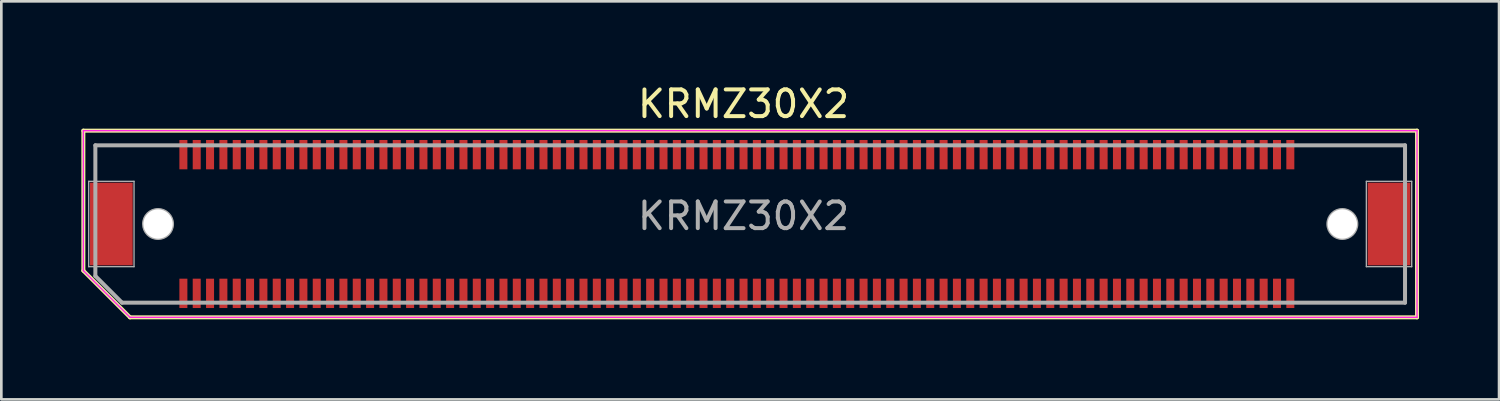
<source format=kicad_pcb>
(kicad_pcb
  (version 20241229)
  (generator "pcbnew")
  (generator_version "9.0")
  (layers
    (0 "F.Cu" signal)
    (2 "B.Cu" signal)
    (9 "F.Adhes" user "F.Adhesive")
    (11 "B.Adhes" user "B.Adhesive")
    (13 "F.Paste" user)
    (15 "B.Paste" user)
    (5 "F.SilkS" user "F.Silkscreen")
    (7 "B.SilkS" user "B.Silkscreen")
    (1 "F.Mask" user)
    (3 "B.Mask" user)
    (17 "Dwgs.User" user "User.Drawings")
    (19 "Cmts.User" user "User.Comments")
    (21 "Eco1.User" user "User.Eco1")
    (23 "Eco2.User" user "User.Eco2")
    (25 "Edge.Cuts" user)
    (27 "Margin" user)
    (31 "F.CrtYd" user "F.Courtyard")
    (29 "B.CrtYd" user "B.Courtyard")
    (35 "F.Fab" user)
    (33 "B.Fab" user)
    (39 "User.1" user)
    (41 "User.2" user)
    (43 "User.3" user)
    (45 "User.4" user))
  (footprint "KRMZ30X2"
    (layer "F.Cu")
    (at 25.075 5.348)
    (property "Reference" "KRMZ30X2" (at -0.25 -4.5 0) (layer "F.SilkS") (effects (font (size 1 1) (thickness 0.15))))
    (attr through_hole)
    (fp_line (start -25 -3.5) (end 25 -3.5) (stroke (width 0.15) (type solid)) (layer "F.SilkS"))
    (fp_line (start -25 1.75) (end -25 -3.5) (stroke (width 0.15) (type solid)) (layer "F.SilkS"))
    (fp_line (start -23.25 3.5) (end -25 1.75) (stroke (width 0.15) (type solid)) (layer "F.SilkS"))
    (fp_line (start 25 -3.5) (end 25 3.5) (stroke (width 0.15) (type solid)) (layer "F.SilkS"))
    (fp_line (start 25 3.5) (end -23.25 3.5) (stroke (width 0.15) (type solid)) (layer "F.SilkS"))
    (fp_line (start -25 -3.5) (end -25 1.75) (stroke (width 0.05) (type solid)) (layer "F.CrtYd"))
    (fp_line (start -25 1.75) (end -23.25 3.5) (stroke (width 0.05) (type solid)) (layer "F.CrtYd"))
    (fp_line (start -23.25 3.5) (end 25 3.5) (stroke (width 0.05) (type solid)) (layer "F.CrtYd"))
    (fp_line (start 25 -3.5) (end -25 -3.5) (stroke (width 0.05) (type solid)) (layer "F.CrtYd"))
    (fp_line (start 25 3.5) (end 25 -3.5) (stroke (width 0.05) (type solid)) (layer "F.CrtYd"))
    (fp_line (start -24.8 -1.6) (end -23.1 -1.6) (stroke (width 0.05) (type solid)) (layer "F.Fab"))
    (fp_line (start -24.8 1.6) (end -24.8 -1.6) (stroke (width 0.05) (type solid)) (layer "F.Fab"))
    (fp_line (start -24.55 -2.95) (end -24.55 1.95) (stroke (width 0.15) (type solid)) (layer "F.Fab"))
    (fp_line (start -24.55 -2.95) (end 24.55 -2.95) (stroke (width 0.15) (type solid)) (layer "F.Fab"))
    (fp_line (start -24.55 1.95) (end -23.55 2.95) (stroke (width 0.15) (type solid)) (layer "F.Fab"))
    (fp_line (start -23.55 2.95) (end 24.55 2.95) (stroke (width 0.15) (type solid)) (layer "F.Fab"))
    (fp_line (start -23.1 -1.6) (end -23.1 1.6) (stroke (width 0.05) (type solid)) (layer "F.Fab"))
    (fp_line (start -23.1 1.6) (end -24.8 1.6) (stroke (width 0.05) (type solid)) (layer "F.Fab"))
    (fp_line (start 23.1 -1.6) (end 24.8 -1.6) (stroke (width 0.05) (type solid)) (layer "F.Fab"))
    (fp_line (start 23.1 1.6) (end 23.1 -1.6) (stroke (width 0.05) (type solid)) (layer "F.Fab"))
    (fp_line (start 24.55 -2.95) (end 24.55 2.95) (stroke (width 0.15) (type solid)) (layer "F.Fab"))
    (fp_line (start 24.8 -1.6) (end 24.8 1.6) (stroke (width 0.05) (type solid)) (layer "F.Fab"))
    (fp_line (start 24.8 1.6) (end 23.1 1.6) (stroke (width 0.05) (type solid)) (layer "F.Fab"))
    (fp_circle (center -22.2 0) (end -22.75 0) (stroke (width 0.1) (type solid)) (fill no) (layer "F.Fab"))
    (fp_circle (center 22.2 0) (end 22.75 0) (stroke (width 0.1) (type solid)) (fill no) (layer "F.Fab"))
    (fp_text user "${REFERENCE}" (at -0.25 -0.3 0) (layer "F.Fab") (effects (font (size 1 1) (thickness 0.15))))
    (pad "" smd rect (at -23.95 0) (size 1.6 3.1) (layers "F.Cu" "F.Mask" "F.Paste"))
    (pad "" np_thru_hole circle (at -22.2 0) (size 1.1 1.1) (drill 1.1) (layers "*.Mask" "F.Cu" "F.SilkS"))
    (pad "" np_thru_hole circle (at 22.2 0) (size 1.1 1.1) (drill 1.1) (layers "*.Mask" "F.Cu" "F.SilkS"))
    (pad "" smd rect (at 23.95 0) (size 1.6 3.1) (layers "F.Cu" "F.Mask" "F.Paste"))
    (pad "1" smd rect (at -21.25 2.6) (size 0.3 1.1) (layers "F.Cu" "F.Mask" "F.Paste"))
    (pad "2" smd rect (at -21.25 -2.6) (size 0.3 1.1) (layers "F.Cu" "F.Mask" "F.Paste"))
    (pad "3" smd rect (at -20.75 2.6) (size 0.3 1.1) (layers "F.Cu" "F.Mask" "F.Paste"))
    (pad "4" smd rect (at -20.75 -2.6) (size 0.3 1.1) (layers "F.Cu" "F.Mask" "F.Paste"))
    (pad "5" smd rect (at -20.25 2.6) (size 0.3 1.1) (layers "F.Cu" "F.Mask" "F.Paste"))
    (pad "6" smd rect (at -20.25 -2.6) (size 0.3 1.1) (layers "F.Cu" "F.Mask" "F.Paste"))
    (pad "7" smd rect (at -19.75 2.6) (size 0.3 1.1) (layers "F.Cu" "F.Mask" "F.Paste"))
    (pad "8" smd rect (at -19.75 -2.6) (size 0.3 1.1) (layers "F.Cu" "F.Mask" "F.Paste"))
    (pad "9" smd rect (at -19.25 2.6) (size 0.3 1.1) (layers "F.Cu" "F.Mask" "F.Paste"))
    (pad "10" smd rect (at -19.25 -2.6) (size 0.3 1.1) (layers "F.Cu" "F.Mask" "F.Paste"))
    (pad "11" smd rect (at -18.75 2.6) (size 0.3 1.1) (layers "F.Cu" "F.Mask" "F.Paste"))
    (pad "12" smd rect (at -18.75 -2.6) (size 0.3 1.1) (layers "F.Cu" "F.Mask" "F.Paste"))
    (pad "13" smd rect (at -18.25 2.6) (size 0.3 1.1) (layers "F.Cu" "F.Mask" "F.Paste"))
    (pad "14" smd rect (at -18.25 -2.6) (size 0.3 1.1) (layers "F.Cu" "F.Mask" "F.Paste"))
    (pad "15" smd rect (at -17.75 2.6) (size 0.3 1.1) (layers "F.Cu" "F.Mask" "F.Paste"))
    (pad "16" smd rect (at -17.75 -2.6) (size 0.3 1.1) (layers "F.Cu" "F.Mask" "F.Paste"))
    (pad "17" smd rect (at -17.25 2.6) (size 0.3 1.1) (layers "F.Cu" "F.Mask" "F.Paste"))
    (pad "18" smd rect (at -17.25 -2.6) (size 0.3 1.1) (layers "F.Cu" "F.Mask" "F.Paste"))
    (pad "19" smd rect (at -16.75 2.6) (size 0.3 1.1) (layers "F.Cu" "F.Mask" "F.Paste"))
    (pad "20" smd rect (at -16.75 -2.6) (size 0.3 1.1) (layers "F.Cu" "F.Mask" "F.Paste"))
    (pad "21" smd rect (at -16.25 2.6) (size 0.3 1.1) (layers "F.Cu" "F.Mask" "F.Paste"))
    (pad "22" smd rect (at -16.25 -2.6) (size 0.3 1.1) (layers "F.Cu" "F.Mask" "F.Paste"))
    (pad "23" smd rect (at -15.75 2.6) (size 0.3 1.1) (layers "F.Cu" "F.Mask" "F.Paste"))
    (pad "24" smd rect (at -15.75 -2.6) (size 0.3 1.1) (layers "F.Cu" "F.Mask" "F.Paste"))
    (pad "25" smd rect (at -15.25 2.6) (size 0.3 1.1) (layers "F.Cu" "F.Mask" "F.Paste"))
    (pad "26" smd rect (at -15.25 -2.6) (size 0.3 1.1) (layers "F.Cu" "F.Mask" "F.Paste"))
    (pad "27" smd rect (at -14.75 2.6) (size 0.3 1.1) (layers "F.Cu" "F.Mask" "F.Paste"))
    (pad "28" smd rect (at -14.75 -2.6) (size 0.3 1.1) (layers "F.Cu" "F.Mask" "F.Paste"))
    (pad "29" smd rect (at -14.25 2.6) (size 0.3 1.1) (layers "F.Cu" "F.Mask" "F.Paste"))
    (pad "30" smd rect (at -14.25 -2.6) (size 0.3 1.1) (layers "F.Cu" "F.Mask" "F.Paste"))
    (pad "31" smd rect (at -13.75 2.6) (size 0.3 1.1) (layers "F.Cu" "F.Mask" "F.Paste"))
    (pad "32" smd rect (at -13.75 -2.6) (size 0.3 1.1) (layers "F.Cu" "F.Mask" "F.Paste"))
    (pad "33" smd rect (at -13.25 2.6) (size 0.3 1.1) (layers "F.Cu" "F.Mask" "F.Paste"))
    (pad "34" smd rect (at -13.25 -2.6) (size 0.3 1.1) (layers "F.Cu" "F.Mask" "F.Paste"))
    (pad "35" smd rect (at -12.75 2.6) (size 0.3 1.1) (layers "F.Cu" "F.Mask" "F.Paste"))
    (pad "36" smd rect (at -12.75 -2.6) (size 0.3 1.1) (layers "F.Cu" "F.Mask" "F.Paste"))
    (pad "37" smd rect (at -12.25 2.6) (size 0.3 1.1) (layers "F.Cu" "F.Mask" "F.Paste"))
    (pad "38" smd rect (at -12.25 -2.6) (size 0.3 1.1) (layers "F.Cu" "F.Mask" "F.Paste"))
    (pad "39" smd rect (at -11.75 2.6) (size 0.3 1.1) (layers "F.Cu" "F.Mask" "F.Paste"))
    (pad "40" smd rect (at -11.75 -2.6) (size 0.3 1.1) (layers "F.Cu" "F.Mask" "F.Paste"))
    (pad "41" smd rect (at -11.25 2.6) (size 0.3 1.1) (layers "F.Cu" "F.Mask" "F.Paste"))
    (pad "42" smd rect (at -11.25 -2.6) (size 0.3 1.1) (layers "F.Cu" "F.Mask" "F.Paste"))
    (pad "43" smd rect (at -10.75 2.6) (size 0.3 1.1) (layers "F.Cu" "F.Mask" "F.Paste"))
    (pad "44" smd rect (at -10.75 -2.6) (size 0.3 1.1) (layers "F.Cu" "F.Mask" "F.Paste"))
    (pad "45" smd rect (at -10.25 2.6) (size 0.3 1.1) (layers "F.Cu" "F.Mask" "F.Paste"))
    (pad "46" smd rect (at -10.25 -2.6) (size 0.3 1.1) (layers "F.Cu" "F.Mask" "F.Paste"))
    (pad "47" smd rect (at -9.75 2.6) (size 0.3 1.1) (layers "F.Cu" "F.Mask" "F.Paste"))
    (pad "48" smd rect (at -9.75 -2.6) (size 0.3 1.1) (layers "F.Cu" "F.Mask" "F.Paste"))
    (pad "49" smd rect (at -9.25 2.6) (size 0.3 1.1) (layers "F.Cu" "F.Mask" "F.Paste"))
    (pad "50" smd rect (at -9.25 -2.6) (size 0.3 1.1) (layers "F.Cu" "F.Mask" "F.Paste"))
    (pad "51" smd rect (at -8.75 2.6) (size 0.3 1.1) (layers "F.Cu" "F.Mask" "F.Paste"))
    (pad "52" smd rect (at -8.75 -2.6) (size 0.3 1.1) (layers "F.Cu" "F.Mask" "F.Paste"))
    (pad "53" smd rect (at -8.25 2.6) (size 0.3 1.1) (layers "F.Cu" "F.Mask" "F.Paste"))
    (pad "54" smd rect (at -8.25 -2.6) (size 0.3 1.1) (layers "F.Cu" "F.Mask" "F.Paste"))
    (pad "55" smd rect (at -7.75 2.6) (size 0.3 1.1) (layers "F.Cu" "F.Mask" "F.Paste"))
    (pad "56" smd rect (at -7.75 -2.6) (size 0.3 1.1) (layers "F.Cu" "F.Mask" "F.Paste"))
    (pad "57" smd rect (at -7.25 2.6) (size 0.3 1.1) (layers "F.Cu" "F.Mask" "F.Paste"))
    (pad "58" smd rect (at -7.25 -2.6) (size 0.3 1.1) (layers "F.Cu" "F.Mask" "F.Paste"))
    (pad "59" smd rect (at -6.75 2.6) (size 0.3 1.1) (layers "F.Cu" "F.Mask" "F.Paste"))
    (pad "60" smd rect (at -6.75 -2.6) (size 0.3 1.1) (layers "F.Cu" "F.Mask" "F.Paste"))
    (pad "61" smd rect (at -6.25 2.6) (size 0.3 1.1) (layers "F.Cu" "F.Mask" "F.Paste"))
    (pad "62" smd rect (at -6.25 -2.6) (size 0.3 1.1) (layers "F.Cu" "F.Mask" "F.Paste"))
    (pad "63" smd rect (at -5.75 2.6) (size 0.3 1.1) (layers "F.Cu" "F.Mask" "F.Paste"))
    (pad "64" smd rect (at -5.75 -2.6) (size 0.3 1.1) (layers "F.Cu" "F.Mask" "F.Paste"))
    (pad "65" smd rect (at -5.25 2.6) (size 0.3 1.1) (layers "F.Cu" "F.Mask" "F.Paste"))
    (pad "66" smd rect (at -5.25 -2.6) (size 0.3 1.1) (layers "F.Cu" "F.Mask" "F.Paste"))
    (pad "67" smd rect (at -4.75 2.6) (size 0.3 1.1) (layers "F.Cu" "F.Mask" "F.Paste"))
    (pad "68" smd rect (at -4.75 -2.6) (size 0.3 1.1) (layers "F.Cu" "F.Mask" "F.Paste"))
    (pad "69" smd rect (at -4.25 2.6) (size 0.3 1.1) (layers "F.Cu" "F.Mask" "F.Paste"))
    (pad "70" smd rect (at -4.25 -2.6) (size 0.3 1.1) (layers "F.Cu" "F.Mask" "F.Paste"))
    (pad "71" smd rect (at -3.75 2.6) (size 0.3 1.1) (layers "F.Cu" "F.Mask" "F.Paste"))
    (pad "72" smd rect (at -3.75 -2.6) (size 0.3 1.1) (layers "F.Cu" "F.Mask" "F.Paste"))
    (pad "73" smd rect (at -3.25 2.6) (size 0.3 1.1) (layers "F.Cu" "F.Mask" "F.Paste"))
    (pad "74" smd rect (at -3.25 -2.6) (size 0.3 1.1) (layers "F.Cu" "F.Mask" "F.Paste"))
    (pad "75" smd rect (at -2.75 2.6) (size 0.3 1.1) (layers "F.Cu" "F.Mask" "F.Paste"))
    (pad "76" smd rect (at -2.75 -2.6) (size 0.3 1.1) (layers "F.Cu" "F.Mask" "F.Paste"))
    (pad "77" smd rect (at -2.25 2.6) (size 0.3 1.1) (layers "F.Cu" "F.Mask" "F.Paste"))
    (pad "78" smd rect (at -2.25 -2.6) (size 0.3 1.1) (layers "F.Cu" "F.Mask" "F.Paste"))
    (pad "79" smd rect (at -1.75 2.6) (size 0.3 1.1) (layers "F.Cu" "F.Mask" "F.Paste"))
    (pad "80" smd rect (at -1.75 -2.6) (size 0.3 1.1) (layers "F.Cu" "F.Mask" "F.Paste"))
    (pad "81" smd rect (at -1.25 2.6) (size 0.3 1.1) (layers "F.Cu" "F.Mask" "F.Paste"))
    (pad "82" smd rect (at -1.25 -2.6) (size 0.3 1.1) (layers "F.Cu" "F.Mask" "F.Paste"))
    (pad "83" smd rect (at -0.75 2.6) (size 0.3 1.1) (layers "F.Cu" "F.Mask" "F.Paste"))
    (pad "84" smd rect (at -0.75 -2.6) (size 0.3 1.1) (layers "F.Cu" "F.Mask" "F.Paste"))
    (pad "85" smd rect (at -0.25 2.6) (size 0.3 1.1) (layers "F.Cu" "F.Mask" "F.Paste"))
    (pad "86" smd rect (at -0.25 -2.6) (size 0.3 1.1) (layers "F.Cu" "F.Mask" "F.Paste"))
    (pad "87" smd rect (at 0.25 2.6) (size 0.3 1.1) (layers "F.Cu" "F.Mask" "F.Paste"))
    (pad "88" smd rect (at 0.25 -2.6) (size 0.3 1.1) (layers "F.Cu" "F.Mask" "F.Paste"))
    (pad "89" smd rect (at 0.75 2.6) (size 0.3 1.1) (layers "F.Cu" "F.Mask" "F.Paste"))
    (pad "90" smd rect (at 0.75 -2.6) (size 0.3 1.1) (layers "F.Cu" "F.Mask" "F.Paste"))
    (pad "91" smd rect (at 1.25 2.6) (size 0.3 1.1) (layers "F.Cu" "F.Mask" "F.Paste"))
    (pad "92" smd rect (at 1.25 -2.6) (size 0.3 1.1) (layers "F.Cu" "F.Mask" "F.Paste"))
    (pad "93" smd rect (at 1.75 2.6) (size 0.3 1.1) (layers "F.Cu" "F.Mask" "F.Paste"))
    (pad "94" smd rect (at 1.75 -2.6) (size 0.3 1.1) (layers "F.Cu" "F.Mask" "F.Paste"))
    (pad "95" smd rect (at 2.25 2.6) (size 0.3 1.1) (layers "F.Cu" "F.Mask" "F.Paste"))
    (pad "96" smd rect (at 2.25 -2.6) (size 0.3 1.1) (layers "F.Cu" "F.Mask" "F.Paste"))
    (pad "97" smd rect (at 2.75 2.6) (size 0.3 1.1) (layers "F.Cu" "F.Mask" "F.Paste"))
    (pad "98" smd rect (at 2.75 -2.6) (size 0.3 1.1) (layers "F.Cu" "F.Mask" "F.Paste"))
    (pad "99" smd rect (at 3.25 2.6) (size 0.3 1.1) (layers "F.Cu" "F.Mask" "F.Paste"))
    (pad "100" smd rect (at 3.25 -2.6) (size 0.3 1.1) (layers "F.Cu" "F.Mask" "F.Paste"))
    (pad "101" smd rect (at 3.75 2.6) (size 0.3 1.1) (layers "F.Cu" "F.Mask" "F.Paste"))
    (pad "102" smd rect (at 3.75 -2.6) (size 0.3 1.1) (layers "F.Cu" "F.Mask" "F.Paste"))
    (pad "103" smd rect (at 4.25 2.6) (size 0.3 1.1) (layers "F.Cu" "F.Mask" "F.Paste"))
    (pad "104" smd rect (at 4.25 -2.6) (size 0.3 1.1) (layers "F.Cu" "F.Mask" "F.Paste"))
    (pad "105" smd rect (at 4.75 2.6) (size 0.3 1.1) (layers "F.Cu" "F.Mask" "F.Paste"))
    (pad "106" smd rect (at 4.75 -2.6) (size 0.3 1.1) (layers "F.Cu" "F.Mask" "F.Paste"))
    (pad "107" smd rect (at 5.25 2.6) (size 0.3 1.1) (layers "F.Cu" "F.Mask" "F.Paste"))
    (pad "108" smd rect (at 5.25 -2.6) (size 0.3 1.1) (layers "F.Cu" "F.Mask" "F.Paste"))
    (pad "109" smd rect (at 5.75 2.6) (size 0.3 1.1) (layers "F.Cu" "F.Mask" "F.Paste"))
    (pad "110" smd rect (at 5.75 -2.6) (size 0.3 1.1) (layers "F.Cu" "F.Mask" "F.Paste"))
    (pad "111" smd rect (at 6.25 2.6) (size 0.3 1.1) (layers "F.Cu" "F.Mask" "F.Paste"))
    (pad "112" smd rect (at 6.25 -2.6) (size 0.3 1.1) (layers "F.Cu" "F.Mask" "F.Paste"))
    (pad "113" smd rect (at 6.75 2.6) (size 0.3 1.1) (layers "F.Cu" "F.Mask" "F.Paste"))
    (pad "114" smd rect (at 6.75 -2.6) (size 0.3 1.1) (layers "F.Cu" "F.Mask" "F.Paste"))
    (pad "115" smd rect (at 7.25 2.6) (size 0.3 1.1) (layers "F.Cu" "F.Mask" "F.Paste"))
    (pad "116" smd rect (at 7.25 -2.6) (size 0.3 1.1) (layers "F.Cu" "F.Mask" "F.Paste"))
    (pad "117" smd rect (at 7.75 2.6) (size 0.3 1.1) (layers "F.Cu" "F.Mask" "F.Paste"))
    (pad "118" smd rect (at 7.75 -2.6) (size 0.3 1.1) (layers "F.Cu" "F.Mask" "F.Paste"))
    (pad "119" smd rect (at 8.25 2.6) (size 0.3 1.1) (layers "F.Cu" "F.Mask" "F.Paste"))
    (pad "120" smd rect (at 8.25 -2.6) (size 0.3 1.1) (layers "F.Cu" "F.Mask" "F.Paste"))
    (pad "121" smd rect (at 8.75 2.6) (size 0.3 1.1) (layers "F.Cu" "F.Mask" "F.Paste"))
    (pad "122" smd rect (at 8.75 -2.6) (size 0.3 1.1) (layers "F.Cu" "F.Mask" "F.Paste"))
    (pad "123" smd rect (at 9.25 2.6) (size 0.3 1.1) (layers "F.Cu" "F.Mask" "F.Paste"))
    (pad "124" smd rect (at 9.25 -2.6) (size 0.3 1.1) (layers "F.Cu" "F.Mask" "F.Paste"))
    (pad "125" smd rect (at 9.75 2.6) (size 0.3 1.1) (layers "F.Cu" "F.Mask" "F.Paste"))
    (pad "126" smd rect (at 9.75 -2.6) (size 0.3 1.1) (layers "F.Cu" "F.Mask" "F.Paste"))
    (pad "127" smd rect (at 10.25 2.6) (size 0.3 1.1) (layers "F.Cu" "F.Mask" "F.Paste"))
    (pad "128" smd rect (at 10.25 -2.6) (size 0.3 1.1) (layers "F.Cu" "F.Mask" "F.Paste"))
    (pad "129" smd rect (at 10.75 2.6) (size 0.3 1.1) (layers "F.Cu" "F.Mask" "F.Paste"))
    (pad "130" smd rect (at 10.75 -2.6) (size 0.3 1.1) (layers "F.Cu" "F.Mask" "F.Paste"))
    (pad "131" smd rect (at 11.25 2.6) (size 0.3 1.1) (layers "F.Cu" "F.Mask" "F.Paste"))
    (pad "132" smd rect (at 11.25 -2.6) (size 0.3 1.1) (layers "F.Cu" "F.Mask" "F.Paste"))
    (pad "133" smd rect (at 11.75 2.6) (size 0.3 1.1) (layers "F.Cu" "F.Mask" "F.Paste"))
    (pad "134" smd rect (at 11.75 -2.6) (size 0.3 1.1) (layers "F.Cu" "F.Mask" "F.Paste"))
    (pad "135" smd rect (at 12.25 2.6) (size 0.3 1.1) (layers "F.Cu" "F.Mask" "F.Paste"))
    (pad "136" smd rect (at 12.25 -2.6) (size 0.3 1.1) (layers "F.Cu" "F.Mask" "F.Paste"))
    (pad "137" smd rect (at 12.75 2.6) (size 0.3 1.1) (layers "F.Cu" "F.Mask" "F.Paste"))
    (pad "138" smd rect (at 12.75 -2.6) (size 0.3 1.1) (layers "F.Cu" "F.Mask" "F.Paste"))
    (pad "139" smd rect (at 13.25 2.6) (size 0.3 1.1) (layers "F.Cu" "F.Mask" "F.Paste"))
    (pad "140" smd rect (at 13.25 -2.6) (size 0.3 1.1) (layers "F.Cu" "F.Mask" "F.Paste"))
    (pad "141" smd rect (at 13.75 2.6) (size 0.3 1.1) (layers "F.Cu" "F.Mask" "F.Paste"))
    (pad "142" smd rect (at 13.75 -2.6) (size 0.3 1.1) (layers "F.Cu" "F.Mask" "F.Paste"))
    (pad "143" smd rect (at 14.25 2.6) (size 0.3 1.1) (layers "F.Cu" "F.Mask" "F.Paste"))
    (pad "144" smd rect (at 14.25 -2.6) (size 0.3 1.1) (layers "F.Cu" "F.Mask" "F.Paste"))
    (pad "145" smd rect (at 14.75 2.6) (size 0.3 1.1) (layers "F.Cu" "F.Mask" "F.Paste"))
    (pad "146" smd rect (at 14.75 -2.6) (size 0.3 1.1) (layers "F.Cu" "F.Mask" "F.Paste"))
    (pad "147" smd rect (at 15.25 2.6) (size 0.3 1.1) (layers "F.Cu" "F.Mask" "F.Paste"))
    (pad "148" smd rect (at 15.25 -2.6) (size 0.3 1.1) (layers "F.Cu" "F.Mask" "F.Paste"))
    (pad "149" smd rect (at 15.75 2.6) (size 0.3 1.1) (layers "F.Cu" "F.Mask" "F.Paste"))
    (pad "150" smd rect (at 15.75 -2.6) (size 0.3 1.1) (layers "F.Cu" "F.Mask" "F.Paste"))
    (pad "151" smd rect (at 16.25 2.6) (size 0.3 1.1) (layers "F.Cu" "F.Mask" "F.Paste"))
    (pad "152" smd rect (at 16.25 -2.6) (size 0.3 1.1) (layers "F.Cu" "F.Mask" "F.Paste"))
    (pad "153" smd rect (at 16.75 2.6) (size 0.3 1.1) (layers "F.Cu" "F.Mask" "F.Paste"))
    (pad "154" smd rect (at 16.75 -2.6) (size 0.3 1.1) (layers "F.Cu" "F.Mask" "F.Paste"))
    (pad "155" smd rect (at 17.25 2.6) (size 0.3 1.1) (layers "F.Cu" "F.Mask" "F.Paste"))
    (pad "156" smd rect (at 17.25 -2.6) (size 0.3 1.1) (layers "F.Cu" "F.Mask" "F.Paste"))
    (pad "157" smd rect (at 17.75 2.6) (size 0.3 1.1) (layers "F.Cu" "F.Mask" "F.Paste"))
    (pad "158" smd rect (at 17.75 -2.6) (size 0.3 1.1) (layers "F.Cu" "F.Mask" "F.Paste"))
    (pad "159" smd rect (at 18.25 2.6) (size 0.3 1.1) (layers "F.Cu" "F.Mask" "F.Paste"))
    (pad "160" smd rect (at 18.25 -2.6) (size 0.3 1.1) (layers "F.Cu" "F.Mask" "F.Paste"))
    (pad "161" smd rect (at 18.75 2.6) (size 0.3 1.1) (layers "F.Cu" "F.Mask" "F.Paste"))
    (pad "162" smd rect (at 18.75 -2.6) (size 0.3 1.1) (layers "F.Cu" "F.Mask" "F.Paste"))
    (pad "163" smd rect (at 19.25 2.6) (size 0.3 1.1) (layers "F.Cu" "F.Mask" "F.Paste"))
    (pad "164" smd rect (at 19.25 -2.6) (size 0.3 1.1) (layers "F.Cu" "F.Mask" "F.Paste"))
    (pad "165" smd rect (at 19.75 2.6) (size 0.3 1.1) (layers "F.Cu" "F.Mask" "F.Paste"))
    (pad "166" smd rect (at 19.75 -2.6) (size 0.3 1.1) (layers "F.Cu" "F.Mask" "F.Paste"))
    (pad "167" smd rect (at 20.25 2.6) (size 0.3 1.1) (layers "F.Cu" "F.Mask" "F.Paste"))
    (pad "168" smd rect (at 20.25 -2.6) (size 0.3 1.1) (layers "F.Cu" "F.Mask" "F.Paste")))
  (gr_rect
    (start -3 -3)
    (end 53.15 11.923)
    (stroke (width 0.1) (type default))
    (fill no)
    (layer "Edge.Cuts")))
</source>
